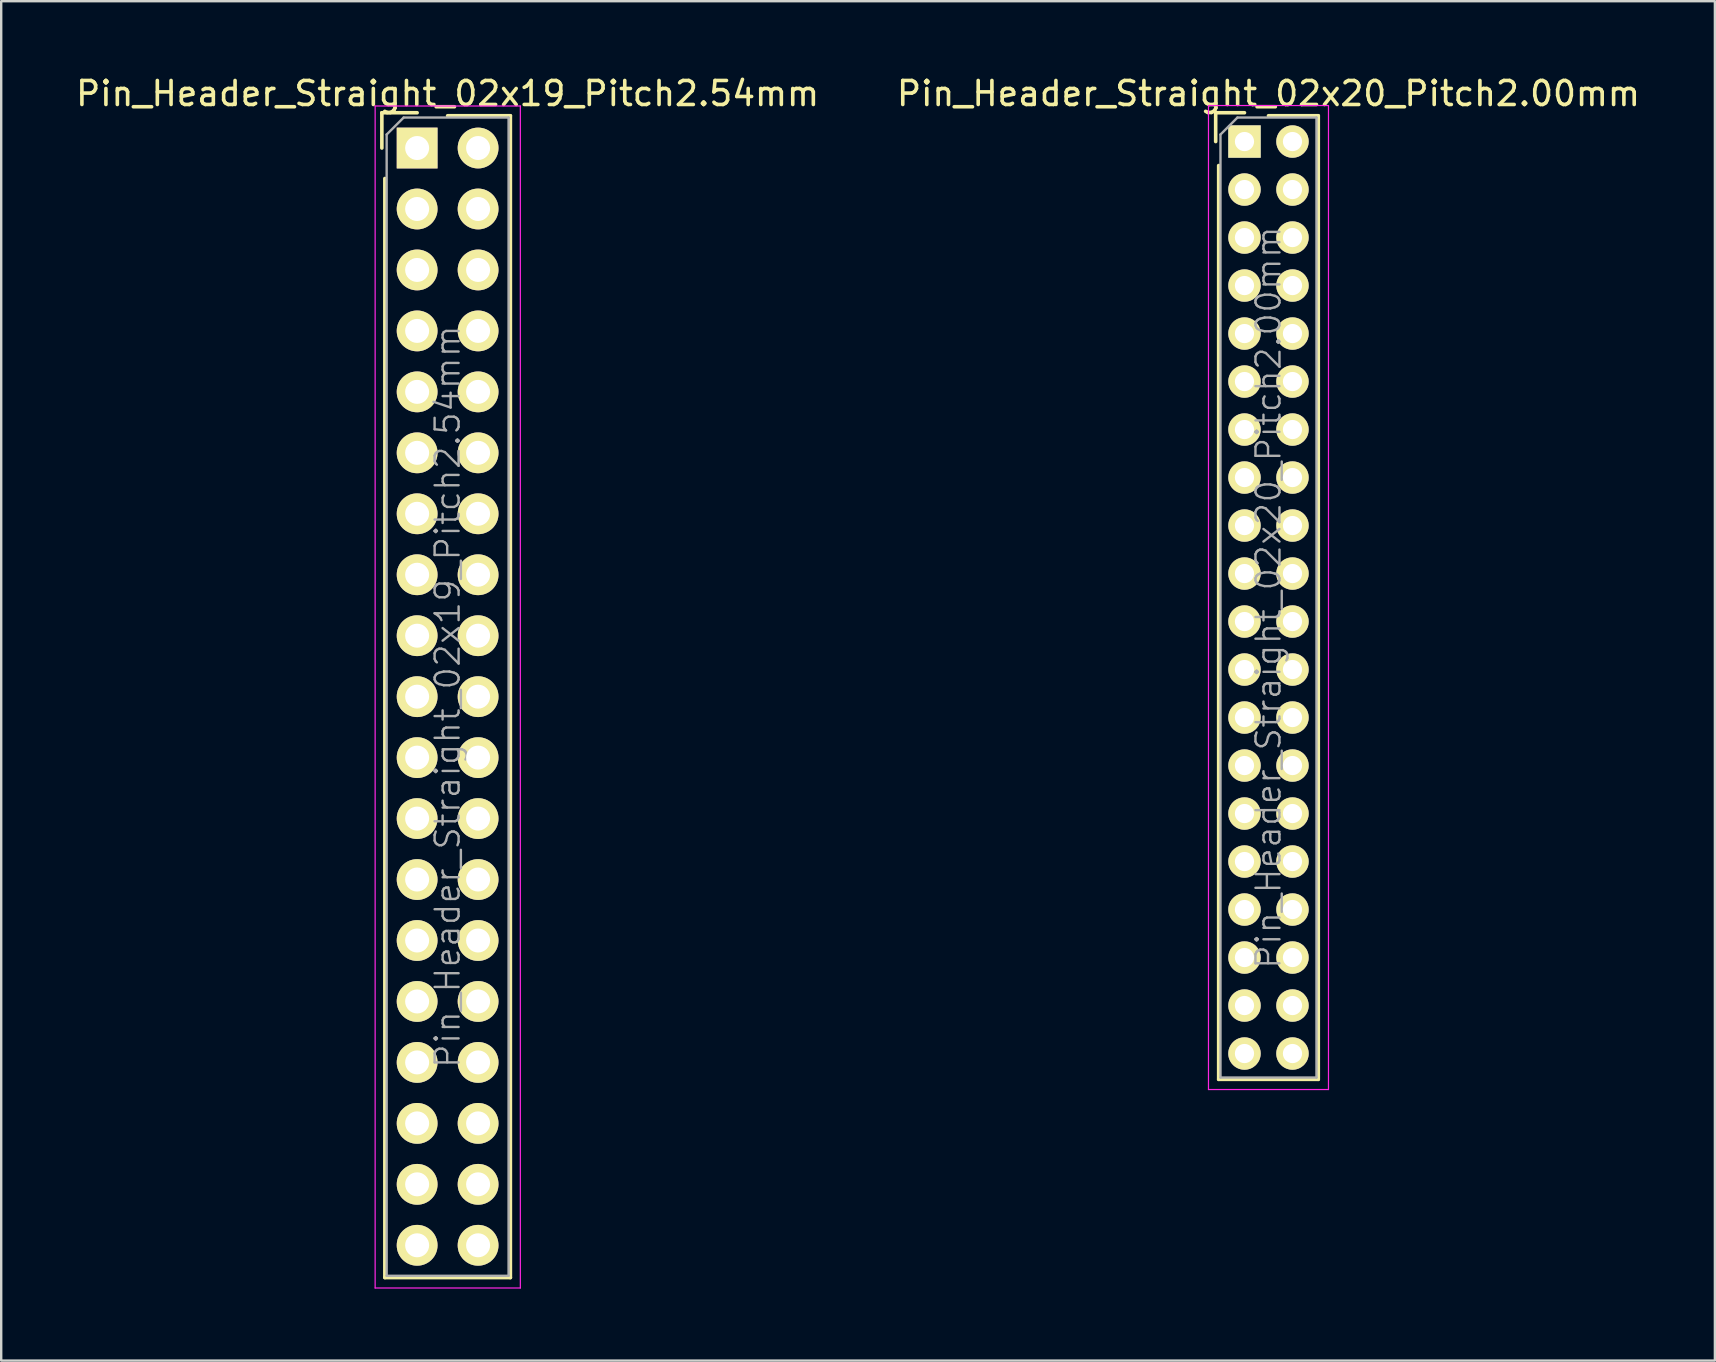
<source format=kicad_pcb>
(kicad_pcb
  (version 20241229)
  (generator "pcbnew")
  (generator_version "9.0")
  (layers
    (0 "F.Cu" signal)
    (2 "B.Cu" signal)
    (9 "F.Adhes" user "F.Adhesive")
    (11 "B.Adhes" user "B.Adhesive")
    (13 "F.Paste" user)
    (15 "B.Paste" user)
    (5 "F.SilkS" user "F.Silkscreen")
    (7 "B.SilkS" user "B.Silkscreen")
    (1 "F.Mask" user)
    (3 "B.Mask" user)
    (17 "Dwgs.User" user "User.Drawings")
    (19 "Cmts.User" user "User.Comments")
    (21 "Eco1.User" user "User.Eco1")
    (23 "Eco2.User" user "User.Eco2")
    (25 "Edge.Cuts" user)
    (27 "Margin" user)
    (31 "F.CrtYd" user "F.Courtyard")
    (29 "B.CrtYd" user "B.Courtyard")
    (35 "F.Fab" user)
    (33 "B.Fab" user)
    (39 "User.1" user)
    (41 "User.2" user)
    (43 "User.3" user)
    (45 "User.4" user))
  (footprint "Pin_Header_Straight_02x19_Pitch2.54mm"
    (layer "F.Cu")
    (at 14.331 3.118)
    (property "Reference" "Pin_Header_Straight_02x19_Pitch2.54mm" (at 1.27 -2.27 0) (layer "F.SilkS") (effects (font (size 1 1) (thickness 0.15))))
    (attr smd)
    (fp_line (start -1.47 -1.47) (end -1.47 0) (stroke (width 0.15) (type solid)) (layer "F.SilkS"))
    (fp_line (start -1.47 -1.47) (end 0 -1.47) (stroke (width 0.15) (type solid)) (layer "F.SilkS"))
    (fp_line (start -1.345 1.27) (end -1.345 47.065) (stroke (width 0.15) (type solid)) (layer "F.SilkS"))
    (fp_line (start -1.345 47.065) (end 3.885 47.065) (stroke (width 0.15) (type solid)) (layer "F.SilkS"))
    (fp_line (start 1.27 -1.345) (end 3.885 -1.345) (stroke (width 0.15) (type solid)) (layer "F.SilkS"))
    (fp_line (start 3.885 -1.345) (end 3.885 47.065) (stroke (width 0.15) (type solid)) (layer "F.SilkS"))
    (fp_line (start -1.75 -1.75) (end -1.75 47.5) (stroke (width 0.05) (type solid)) (layer "F.CrtYd"))
    (fp_line (start 4.3 -1.75) (end -1.75 -1.75) (stroke (width 0.05) (type solid)) (layer "F.CrtYd"))
    (fp_line (start 4.3 -1.75) (end 4.3 47.5) (stroke (width 0.05) (type solid)) (layer "F.CrtYd"))
    (fp_line (start 4.3 47.5) (end -1.75 47.5) (stroke (width 0.05) (type solid)) (layer "F.CrtYd"))
    (fp_line (start -1.27 -0.563) (end -0.563 -1.27) (stroke (width 0.1) (type solid)) (layer "F.Fab"))
    (fp_line (start -1.27 46.99) (end -1.27 -0.563) (stroke (width 0.1) (type solid)) (layer "F.Fab"))
    (fp_line (start 3.81 -1.27) (end -0.563 -1.27) (stroke (width 0.1) (type solid)) (layer "F.Fab"))
    (fp_line (start 3.81 46.99) (end -1.27 46.99) (stroke (width 0.1) (type solid)) (layer "F.Fab"))
    (fp_line (start 3.81 46.99) (end 3.81 -1.27) (stroke (width 0.1) (type solid)) (layer "F.Fab"))
    (fp_text user "${REFERENCE}" (at 1.27 22.86 90) (layer "F.Fab") (effects (font (size 1 1) (thickness 0.1))))
    (pad "1" thru_hole rect (at 0 0) (size 1.7 1.7) (drill 1) (layers "*.Cu" "*.Mask" "F.SilkS"))
    (pad "2" thru_hole oval (at 2.54 0) (size 1.7 1.7) (drill 1) (layers "*.Cu" "*.Mask" "F.SilkS"))
    (pad "3" thru_hole oval (at 0 2.54) (size 1.7 1.7) (drill 1) (layers "*.Cu" "*.Mask" "F.SilkS"))
    (pad "4" thru_hole oval (at 2.54 2.54) (size 1.7 1.7) (drill 1) (layers "*.Cu" "*.Mask" "F.SilkS"))
    (pad "5" thru_hole oval (at 0 5.08) (size 1.7 1.7) (drill 1) (layers "*.Cu" "*.Mask" "F.SilkS"))
    (pad "6" thru_hole oval (at 2.54 5.08) (size 1.7 1.7) (drill 1) (layers "*.Cu" "*.Mask" "F.SilkS"))
    (pad "7" thru_hole oval (at 0 7.62) (size 1.7 1.7) (drill 1) (layers "*.Cu" "*.Mask" "F.SilkS"))
    (pad "8" thru_hole oval (at 2.54 7.62) (size 1.7 1.7) (drill 1) (layers "*.Cu" "*.Mask" "F.SilkS"))
    (pad "9" thru_hole oval (at 0 10.16) (size 1.7 1.7) (drill 1) (layers "*.Cu" "*.Mask" "F.SilkS"))
    (pad "10" thru_hole oval (at 2.54 10.16) (size 1.7 1.7) (drill 1) (layers "*.Cu" "*.Mask" "F.SilkS"))
    (pad "11" thru_hole oval (at 0 12.7) (size 1.7 1.7) (drill 1) (layers "*.Cu" "*.Mask" "F.SilkS"))
    (pad "12" thru_hole oval (at 2.54 12.7) (size 1.7 1.7) (drill 1) (layers "*.Cu" "*.Mask" "F.SilkS"))
    (pad "13" thru_hole oval (at 0 15.24) (size 1.7 1.7) (drill 1) (layers "*.Cu" "*.Mask" "F.SilkS"))
    (pad "14" thru_hole oval (at 2.54 15.24) (size 1.7 1.7) (drill 1) (layers "*.Cu" "*.Mask" "F.SilkS"))
    (pad "15" thru_hole oval (at 0 17.78) (size 1.7 1.7) (drill 1) (layers "*.Cu" "*.Mask" "F.SilkS"))
    (pad "16" thru_hole oval (at 2.54 17.78) (size 1.7 1.7) (drill 1) (layers "*.Cu" "*.Mask" "F.SilkS"))
    (pad "17" thru_hole oval (at 0 20.32) (size 1.7 1.7) (drill 1) (layers "*.Cu" "*.Mask" "F.SilkS"))
    (pad "18" thru_hole oval (at 2.54 20.32) (size 1.7 1.7) (drill 1) (layers "*.Cu" "*.Mask" "F.SilkS"))
    (pad "19" thru_hole oval (at 0 22.86) (size 1.7 1.7) (drill 1) (layers "*.Cu" "*.Mask" "F.SilkS"))
    (pad "20" thru_hole oval (at 2.54 22.86) (size 1.7 1.7) (drill 1) (layers "*.Cu" "*.Mask" "F.SilkS"))
    (pad "21" thru_hole oval (at 0 25.4) (size 1.7 1.7) (drill 1) (layers "*.Cu" "*.Mask" "F.SilkS"))
    (pad "22" thru_hole oval (at 2.54 25.4) (size 1.7 1.7) (drill 1) (layers "*.Cu" "*.Mask" "F.SilkS"))
    (pad "23" thru_hole oval (at 0 27.94) (size 1.7 1.7) (drill 1) (layers "*.Cu" "*.Mask" "F.SilkS"))
    (pad "24" thru_hole oval (at 2.54 27.94) (size 1.7 1.7) (drill 1) (layers "*.Cu" "*.Mask" "F.SilkS"))
    (pad "25" thru_hole oval (at 0 30.48) (size 1.7 1.7) (drill 1) (layers "*.Cu" "*.Mask" "F.SilkS"))
    (pad "26" thru_hole oval (at 2.54 30.48) (size 1.7 1.7) (drill 1) (layers "*.Cu" "*.Mask" "F.SilkS"))
    (pad "27" thru_hole oval (at 0 33.02) (size 1.7 1.7) (drill 1) (layers "*.Cu" "*.Mask" "F.SilkS"))
    (pad "28" thru_hole oval (at 2.54 33.02) (size 1.7 1.7) (drill 1) (layers "*.Cu" "*.Mask" "F.SilkS"))
    (pad "29" thru_hole oval (at 0 35.56) (size 1.7 1.7) (drill 1) (layers "*.Cu" "*.Mask" "F.SilkS"))
    (pad "30" thru_hole oval (at 2.54 35.56) (size 1.7 1.7) (drill 1) (layers "*.Cu" "*.Mask" "F.SilkS"))
    (pad "31" thru_hole oval (at 0 38.1) (size 1.7 1.7) (drill 1) (layers "*.Cu" "*.Mask" "F.SilkS"))
    (pad "32" thru_hole oval (at 2.54 38.1) (size 1.7 1.7) (drill 1) (layers "*.Cu" "*.Mask" "F.SilkS"))
    (pad "33" thru_hole oval (at 0 40.64) (size 1.7 1.7) (drill 1) (layers "*.Cu" "*.Mask" "F.SilkS"))
    (pad "34" thru_hole oval (at 2.54 40.64) (size 1.7 1.7) (drill 1) (layers "*.Cu" "*.Mask" "F.SilkS"))
    (pad "35" thru_hole oval (at 0 43.18) (size 1.7 1.7) (drill 1) (layers "*.Cu" "*.Mask" "F.SilkS"))
    (pad "36" thru_hole oval (at 2.54 43.18) (size 1.7 1.7) (drill 1) (layers "*.Cu" "*.Mask" "F.SilkS"))
    (pad "37" thru_hole oval (at 0 45.72) (size 1.7 1.7) (drill 1) (layers "*.Cu" "*.Mask" "F.SilkS"))
    (pad "38" thru_hole oval (at 2.54 45.72) (size 1.7 1.7) (drill 1) (layers "*.Cu" "*.Mask" "F.SilkS")))
  (footprint "Pin_Header_Straight_02x20_Pitch2.00mm"
    (layer "F.Cu")
    (at 48.804 2.848)
    (property "Reference" "Pin_Header_Straight_02x20_Pitch2.00mm" (at 1 -2 0) (layer "F.SilkS") (effects (font (size 1 1) (thickness 0.15))))
    (attr smd)
    (fp_line (start -1.2 -1.2) (end -1.2 0) (stroke (width 0.15) (type solid)) (layer "F.SilkS"))
    (fp_line (start -1.2 -1.2) (end 0 -1.2) (stroke (width 0.15) (type solid)) (layer "F.SilkS"))
    (fp_line (start -1.075 1) (end -1.075 39.075) (stroke (width 0.15) (type solid)) (layer "F.SilkS"))
    (fp_line (start -1.075 39.075) (end 3.075 39.075) (stroke (width 0.15) (type solid)) (layer "F.SilkS"))
    (fp_line (start 1 -1.075) (end 3.075 -1.075) (stroke (width 0.15) (type solid)) (layer "F.SilkS"))
    (fp_line (start 3.075 -1.075) (end 3.075 39.075) (stroke (width 0.15) (type solid)) (layer "F.SilkS"))
    (fp_line (start -1.5 -1.5) (end -1.5 39.5) (stroke (width 0.05) (type solid)) (layer "F.CrtYd"))
    (fp_line (start 3.5 -1.5) (end -1.5 -1.5) (stroke (width 0.05) (type solid)) (layer "F.CrtYd"))
    (fp_line (start 3.5 -1.5) (end 3.5 39.5) (stroke (width 0.05) (type solid)) (layer "F.CrtYd"))
    (fp_line (start 3.5 39.5) (end -1.5 39.5) (stroke (width 0.05) (type solid)) (layer "F.CrtYd"))
    (fp_line (start -1 -0.293) (end -0.293 -1) (stroke (width 0.1) (type solid)) (layer "F.Fab"))
    (fp_line (start -1 39) (end -1 -0.293) (stroke (width 0.1) (type solid)) (layer "F.Fab"))
    (fp_line (start 3 -1) (end -0.293 -1) (stroke (width 0.1) (type solid)) (layer "F.Fab"))
    (fp_line (start 3 39) (end -1 39) (stroke (width 0.1) (type solid)) (layer "F.Fab"))
    (fp_line (start 3 39) (end 3 -1) (stroke (width 0.1) (type solid)) (layer "F.Fab"))
    (fp_text user "${REFERENCE}" (at 1 19 90) (layer "F.Fab") (effects (font (size 1 1) (thickness 0.1))))
    (pad "1" thru_hole rect (at 0 0) (size 1.35 1.35) (drill 0.8) (layers "*.Cu" "*.Mask" "F.SilkS"))
    (pad "2" thru_hole oval (at 2 0) (size 1.35 1.35) (drill 0.8) (layers "*.Cu" "*.Mask" "F.SilkS"))
    (pad "3" thru_hole oval (at 0 2) (size 1.35 1.35) (drill 0.8) (layers "*.Cu" "*.Mask" "F.SilkS"))
    (pad "4" thru_hole oval (at 2 2) (size 1.35 1.35) (drill 0.8) (layers "*.Cu" "*.Mask" "F.SilkS"))
    (pad "5" thru_hole oval (at 0 4) (size 1.35 1.35) (drill 0.8) (layers "*.Cu" "*.Mask" "F.SilkS"))
    (pad "6" thru_hole oval (at 2 4) (size 1.35 1.35) (drill 0.8) (layers "*.Cu" "*.Mask" "F.SilkS"))
    (pad "7" thru_hole oval (at 0 6) (size 1.35 1.35) (drill 0.8) (layers "*.Cu" "*.Mask" "F.SilkS"))
    (pad "8" thru_hole oval (at 2 6) (size 1.35 1.35) (drill 0.8) (layers "*.Cu" "*.Mask" "F.SilkS"))
    (pad "9" thru_hole oval (at 0 8) (size 1.35 1.35) (drill 0.8) (layers "*.Cu" "*.Mask" "F.SilkS"))
    (pad "10" thru_hole oval (at 2 8) (size 1.35 1.35) (drill 0.8) (layers "*.Cu" "*.Mask" "F.SilkS"))
    (pad "11" thru_hole oval (at 0 10) (size 1.35 1.35) (drill 0.8) (layers "*.Cu" "*.Mask" "F.SilkS"))
    (pad "12" thru_hole oval (at 2 10) (size 1.35 1.35) (drill 0.8) (layers "*.Cu" "*.Mask" "F.SilkS"))
    (pad "13" thru_hole oval (at 0 12) (size 1.35 1.35) (drill 0.8) (layers "*.Cu" "*.Mask" "F.SilkS"))
    (pad "14" thru_hole oval (at 2 12) (size 1.35 1.35) (drill 0.8) (layers "*.Cu" "*.Mask" "F.SilkS"))
    (pad "15" thru_hole oval (at 0 14) (size 1.35 1.35) (drill 0.8) (layers "*.Cu" "*.Mask" "F.SilkS"))
    (pad "16" thru_hole oval (at 2 14) (size 1.35 1.35) (drill 0.8) (layers "*.Cu" "*.Mask" "F.SilkS"))
    (pad "17" thru_hole oval (at 0 16) (size 1.35 1.35) (drill 0.8) (layers "*.Cu" "*.Mask" "F.SilkS"))
    (pad "18" thru_hole oval (at 2 16) (size 1.35 1.35) (drill 0.8) (layers "*.Cu" "*.Mask" "F.SilkS"))
    (pad "19" thru_hole oval (at 0 18) (size 1.35 1.35) (drill 0.8) (layers "*.Cu" "*.Mask" "F.SilkS"))
    (pad "20" thru_hole oval (at 2 18) (size 1.35 1.35) (drill 0.8) (layers "*.Cu" "*.Mask" "F.SilkS"))
    (pad "21" thru_hole oval (at 0 20) (size 1.35 1.35) (drill 0.8) (layers "*.Cu" "*.Mask" "F.SilkS"))
    (pad "22" thru_hole oval (at 2 20) (size 1.35 1.35) (drill 0.8) (layers "*.Cu" "*.Mask" "F.SilkS"))
    (pad "23" thru_hole oval (at 0 22) (size 1.35 1.35) (drill 0.8) (layers "*.Cu" "*.Mask" "F.SilkS"))
    (pad "24" thru_hole oval (at 2 22) (size 1.35 1.35) (drill 0.8) (layers "*.Cu" "*.Mask" "F.SilkS"))
    (pad "25" thru_hole oval (at 0 24) (size 1.35 1.35) (drill 0.8) (layers "*.Cu" "*.Mask" "F.SilkS"))
    (pad "26" thru_hole oval (at 2 24) (size 1.35 1.35) (drill 0.8) (layers "*.Cu" "*.Mask" "F.SilkS"))
    (pad "27" thru_hole oval (at 0 26) (size 1.35 1.35) (drill 0.8) (layers "*.Cu" "*.Mask" "F.SilkS"))
    (pad "28" thru_hole oval (at 2 26) (size 1.35 1.35) (drill 0.8) (layers "*.Cu" "*.Mask" "F.SilkS"))
    (pad "29" thru_hole oval (at 0 28) (size 1.35 1.35) (drill 0.8) (layers "*.Cu" "*.Mask" "F.SilkS"))
    (pad "30" thru_hole oval (at 2 28) (size 1.35 1.35) (drill 0.8) (layers "*.Cu" "*.Mask" "F.SilkS"))
    (pad "31" thru_hole oval (at 0 30) (size 1.35 1.35) (drill 0.8) (layers "*.Cu" "*.Mask" "F.SilkS"))
    (pad "32" thru_hole oval (at 2 30) (size 1.35 1.35) (drill 0.8) (layers "*.Cu" "*.Mask" "F.SilkS"))
    (pad "33" thru_hole oval (at 0 32) (size 1.35 1.35) (drill 0.8) (layers "*.Cu" "*.Mask" "F.SilkS"))
    (pad "34" thru_hole oval (at 2 32) (size 1.35 1.35) (drill 0.8) (layers "*.Cu" "*.Mask" "F.SilkS"))
    (pad "35" thru_hole oval (at 0 34) (size 1.35 1.35) (drill 0.8) (layers "*.Cu" "*.Mask" "F.SilkS"))
    (pad "36" thru_hole oval (at 2 34) (size 1.35 1.35) (drill 0.8) (layers "*.Cu" "*.Mask" "F.SilkS"))
    (pad "37" thru_hole oval (at 0 36) (size 1.35 1.35) (drill 0.8) (layers "*.Cu" "*.Mask" "F.SilkS"))
    (pad "38" thru_hole oval (at 2 36) (size 1.35 1.35) (drill 0.8) (layers "*.Cu" "*.Mask" "F.SilkS"))
    (pad "39" thru_hole oval (at 0 38) (size 1.35 1.35) (drill 0.8) (layers "*.Cu" "*.Mask" "F.SilkS"))
    (pad "40" thru_hole oval (at 2 38) (size 1.35 1.35) (drill 0.8) (layers "*.Cu" "*.Mask" "F.SilkS")))
  (gr_rect
    (start -3 -3)
    (end 68.405 53.643)
    (stroke (width 0.1) (type default))
    (fill no)
    (layer "Edge.Cuts")))
</source>
